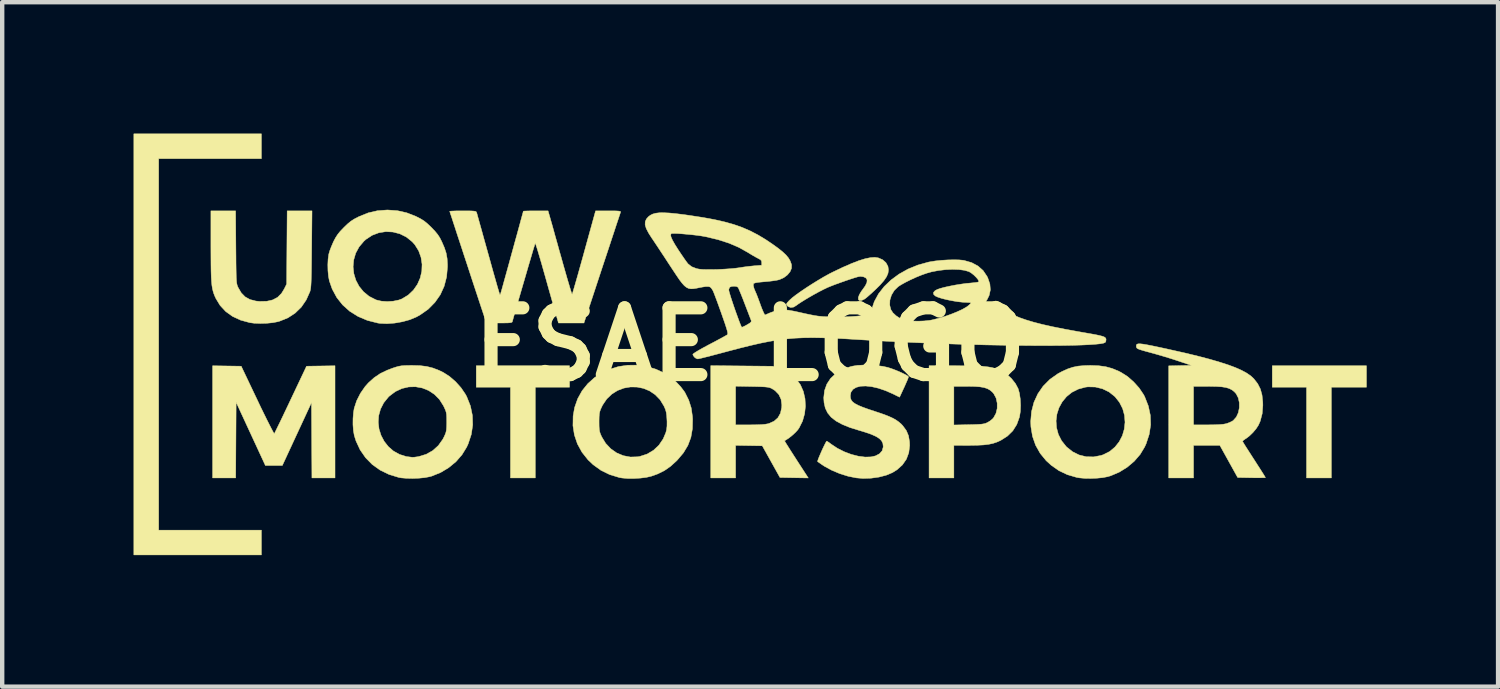
<source format=kicad_pcb>
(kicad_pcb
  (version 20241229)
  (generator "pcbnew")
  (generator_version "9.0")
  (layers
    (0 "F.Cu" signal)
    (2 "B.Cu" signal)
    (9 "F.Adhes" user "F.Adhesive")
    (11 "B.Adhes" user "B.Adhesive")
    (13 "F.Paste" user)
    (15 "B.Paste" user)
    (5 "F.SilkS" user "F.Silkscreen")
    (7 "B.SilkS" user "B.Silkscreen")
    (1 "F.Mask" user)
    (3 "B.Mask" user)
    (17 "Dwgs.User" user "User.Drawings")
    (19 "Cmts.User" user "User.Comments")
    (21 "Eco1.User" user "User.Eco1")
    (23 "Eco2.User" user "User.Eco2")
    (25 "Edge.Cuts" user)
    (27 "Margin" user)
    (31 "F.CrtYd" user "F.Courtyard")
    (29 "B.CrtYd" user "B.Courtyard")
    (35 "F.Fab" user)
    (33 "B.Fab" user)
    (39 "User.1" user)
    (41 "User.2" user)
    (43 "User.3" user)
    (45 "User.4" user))
  (footprint "FSAE LOGO"
    (layer "F.Cu")
    (at 14.073 4.811)
    (property "Reference" "FSAE LOGO" (at 0 0 0) (layer "F.SilkS") (effects (font (size 1.524 1.524) (thickness 0.3))))
    (attr through_hole)
    (fp_poly (pts (xy -11.156 -4.24) (xy -13.501 -4.24) (xy -13.501 4.24) (xy -11.156 4.24) (xy -11.156 4.806) (xy -14.068 4.806) (xy -14.068 -4.806) (xy -11.156 -4.806) (xy -11.156 -4.24)) (stroke (width 0.01) (type solid)) (fill yes) (layer "F.SilkS"))
    (fp_poly (pts (xy -4.123 0.977) (xy -4.904 0.977) (xy -4.904 3.048) (xy -5.471 3.048) (xy -5.471 0.977) (xy -6.252 0.977) (xy -6.252 0.488) (xy -4.123 0.488) (xy -4.123 0.977)) (stroke (width 0.01) (type solid)) (fill yes) (layer "F.SilkS"))
    (fp_poly (pts (xy 14.068 0.977) (xy 13.267 0.977) (xy 13.267 3.048) (xy 12.7 3.048) (xy 12.7 0.977) (xy 11.918 0.977) (xy 11.918 0.488) (xy 14.068 0.488) (xy 14.068 0.977)) (stroke (width 0.01) (type solid)) (fill yes) (layer "F.SilkS"))
    (fp_poly (pts (xy -9.476 3.048) (xy -10.003 3.048) (xy -10.013 1.329) (xy -10.346 2.047) (xy -10.679 2.765) (xy -11.065 2.765) (xy -11.733 1.321) (xy -11.738 2.185) (xy -11.743 3.048) (xy -12.27 3.048) (xy -12.27 0.488) (xy -11.617 0.498) (xy -11.247 1.275) (xy -11.17 1.437) (xy -11.097 1.586) (xy -11.031 1.72) (xy -10.973 1.835) (xy -10.926 1.927) (xy -10.89 1.994) (xy -10.868 2.031) (xy -10.862 2.037) (xy -10.851 2.017) (xy -10.825 1.965) (xy -10.786 1.885) (xy -10.735 1.781) (xy -10.675 1.656) (xy -10.608 1.515) (xy -10.534 1.36) (xy -10.487 1.26) (xy -10.126 0.498) (xy -9.801 0.493) (xy -9.476 0.488) (xy -9.476 3.048)) (stroke (width 0.01) (type solid)) (fill yes) (layer "F.SilkS"))
    (fp_poly (pts (xy -0.191 0.492) (xy 0.518 0.499) (xy 0.67 0.552) (xy 0.794 0.601) (xy 0.892 0.652) (xy 0.975 0.714) (xy 1.052 0.79) (xy 1.147 0.921) (xy 1.214 1.073) (xy 1.252 1.238) (xy 1.262 1.411) (xy 1.243 1.584) (xy 1.196 1.75) (xy 1.119 1.904) (xy 1.087 1.951) (xy 1.034 2.009) (xy 0.961 2.076) (xy 0.881 2.14) (xy 0.805 2.189) (xy 0.786 2.2) (xy 0.794 2.217) (xy 0.821 2.262) (xy 0.864 2.33) (xy 0.92 2.419) (xy 0.987 2.523) (xy 1.053 2.626) (xy 1.327 3.049) (xy 1.004 3.044) (xy 0.68 3.038) (xy 0.479 2.677) (xy 0.277 2.315) (xy -0.332 2.305) (xy -0.332 3.048) (xy -0.899 3.048) (xy -0.899 1.837) (xy -0.332 1.837) (xy -0.004 1.837) (xy 0.14 1.835) (xy 0.251 1.831) (xy 0.336 1.824) (xy 0.401 1.813) (xy 0.431 1.805) (xy 0.546 1.753) (xy 0.634 1.675) (xy 0.692 1.571) (xy 0.72 1.442) (xy 0.723 1.382) (xy 0.706 1.254) (xy 0.655 1.145) (xy 0.57 1.056) (xy 0.498 1.01) (xy 0.467 0.995) (xy 0.434 0.984) (xy 0.39 0.976) (xy 0.332 0.97) (xy 0.251 0.966) (xy 0.142 0.963) (xy 0.044 0.961) (xy -0.332 0.954) (xy -0.332 1.837) (xy -0.899 1.837) (xy -0.899 0.485) (xy -0.191 0.492)) (stroke (width 0.01) (type solid)) (fill yes) (layer "F.SilkS"))
    (fp_poly (pts (xy 4.903 0.489) (xy 5.075 0.491) (xy 5.217 0.496) (xy 5.334 0.503) (xy 5.432 0.514) (xy 5.515 0.528) (xy 5.588 0.547) (xy 5.655 0.571) (xy 5.722 0.6) (xy 5.733 0.605) (xy 5.853 0.679) (xy 5.964 0.779) (xy 6.056 0.895) (xy 6.117 1.01) (xy 6.147 1.117) (xy 6.166 1.248) (xy 6.173 1.39) (xy 6.168 1.528) (xy 6.149 1.649) (xy 6.146 1.662) (xy 6.085 1.83) (xy 5.995 1.973) (xy 5.873 2.093) (xy 5.719 2.191) (xy 5.717 2.192) (xy 5.632 2.23) (xy 5.543 2.26) (xy 5.443 2.281) (xy 5.327 2.295) (xy 5.186 2.302) (xy 5.014 2.305) (xy 4.997 2.305) (xy 4.65 2.306) (xy 4.65 3.048) (xy 4.084 3.048) (xy 4.084 0.957) (xy 4.65 0.957) (xy 4.65 1.84) (xy 4.987 1.833) (xy 5.114 1.83) (xy 5.209 1.826) (xy 5.28 1.821) (xy 5.332 1.813) (xy 5.374 1.802) (xy 5.412 1.786) (xy 5.414 1.785) (xy 5.48 1.745) (xy 5.54 1.694) (xy 5.556 1.675) (xy 5.611 1.575) (xy 5.639 1.46) (xy 5.639 1.341) (xy 5.614 1.226) (xy 5.562 1.128) (xy 5.531 1.091) (xy 5.477 1.045) (xy 5.415 1.01) (xy 5.34 0.985) (xy 5.246 0.969) (xy 5.125 0.96) (xy 4.973 0.957) (xy 4.949 0.957) (xy 4.65 0.957) (xy 4.084 0.957) (xy 4.084 0.488) (xy 4.697 0.488) (xy 4.903 0.489)) (stroke (width 0.01) (type solid)) (fill yes) (layer "F.SilkS"))
    (fp_poly (pts (xy -11.739 -2.223) (xy -11.737 -2.021) (xy -11.736 -1.855) (xy -11.734 -1.72) (xy -11.732 -1.613) (xy -11.73 -1.529) (xy -11.726 -1.465) (xy -11.722 -1.416) (xy -11.716 -1.38) (xy -11.709 -1.351) (xy -11.7 -1.326) (xy -11.689 -1.302) (xy -11.688 -1.299) (xy -11.616 -1.176) (xy -11.527 -1.085) (xy -11.417 -1.024) (xy -11.281 -0.989) (xy -11.193 -0.981) (xy -11.031 -0.985) (xy -10.897 -1.016) (xy -10.787 -1.074) (xy -10.698 -1.163) (xy -10.635 -1.266) (xy -10.58 -1.377) (xy -10.574 -2.213) (xy -10.568 -3.048) (xy -10.001 -3.048) (xy -10.009 -2.174) (xy -10.011 -1.961) (xy -10.013 -1.783) (xy -10.015 -1.637) (xy -10.018 -1.519) (xy -10.021 -1.426) (xy -10.025 -1.353) (xy -10.03 -1.298) (xy -10.036 -1.256) (xy -10.043 -1.224) (xy -10.048 -1.206) (xy -10.133 -1.015) (xy -10.246 -0.85) (xy -10.386 -0.714) (xy -10.551 -0.606) (xy -10.74 -0.53) (xy -10.777 -0.519) (xy -10.894 -0.496) (xy -11.034 -0.482) (xy -11.182 -0.478) (xy -11.32 -0.483) (xy -11.42 -0.496) (xy -11.632 -0.554) (xy -11.815 -0.639) (xy -11.971 -0.751) (xy -12.099 -0.889) (xy -12.192 -1.042) (xy -12.219 -1.099) (xy -12.241 -1.154) (xy -12.259 -1.211) (xy -12.274 -1.274) (xy -12.286 -1.347) (xy -12.294 -1.434) (xy -12.301 -1.54) (xy -12.305 -1.668) (xy -12.307 -1.822) (xy -12.308 -2.007) (xy -12.309 -2.227) (xy -12.309 -2.242) (xy -12.309 -3.048) (xy -11.745 -3.048) (xy -11.739 -2.223)) (stroke (width 0.01) (type solid)) (fill yes) (layer "F.SilkS"))
    (fp_poly (pts (xy 2.925 -1.975) (xy 3.024 -1.932) (xy 3.099 -1.866) (xy 3.144 -1.784) (xy 3.146 -1.777) (xy 3.157 -1.701) (xy 3.147 -1.624) (xy 3.113 -1.544) (xy 3.053 -1.456) (xy 2.965 -1.355) (xy 2.858 -1.25) (xy 2.782 -1.179) (xy 2.711 -1.116) (xy 2.652 -1.065) (xy 2.612 -1.035) (xy 2.608 -1.033) (xy 2.541 -1.001) (xy 2.495 -0.999) (xy 2.471 -1.023) (xy 2.469 -1.069) (xy 2.491 -1.132) (xy 2.536 -1.209) (xy 2.564 -1.246) (xy 2.63 -1.339) (xy 2.665 -1.414) (xy 2.669 -1.472) (xy 2.669 -1.476) (xy 2.64 -1.518) (xy 2.584 -1.544) (xy 2.514 -1.552) (xy 2.462 -1.544) (xy 2.384 -1.521) (xy 2.282 -1.488) (xy 2.164 -1.448) (xy 2.043 -1.405) (xy 1.927 -1.363) (xy 1.828 -1.324) (xy 1.755 -1.294) (xy 1.752 -1.292) (xy 1.669 -1.252) (xy 1.57 -1.201) (xy 1.462 -1.142) (xy 1.353 -1.08) (xy 1.251 -1.019) (xy 1.163 -0.964) (xy 1.096 -0.92) (xy 1.064 -0.896) (xy 0.995 -0.852) (xy 0.926 -0.842) (xy 0.867 -0.864) (xy 0.849 -0.88) (xy 0.831 -0.903) (xy 0.829 -0.923) (xy 0.845 -0.95) (xy 0.884 -0.993) (xy 0.9 -1.009) (xy 0.958 -1.062) (xy 1.045 -1.129) (xy 1.153 -1.206) (xy 1.277 -1.29) (xy 1.41 -1.376) (xy 1.546 -1.46) (xy 1.679 -1.539) (xy 1.803 -1.608) (xy 1.884 -1.649) (xy 2.112 -1.758) (xy 2.309 -1.844) (xy 2.479 -1.91) (xy 2.624 -1.955) (xy 2.746 -1.98) (xy 2.846 -1.987) (xy 2.925 -1.975)) (stroke (width 0.01) (type solid)) (fill yes) (layer "F.SilkS"))
    (fp_poly (pts (xy 7.953 0.487) (xy 8.115 0.509) (xy 8.264 0.55) (xy 8.413 0.612) (xy 8.469 0.641) (xy 8.614 0.733) (xy 8.753 0.855) (xy 8.878 0.994) (xy 8.978 1.142) (xy 9.005 1.192) (xy 9.089 1.406) (xy 9.135 1.621) (xy 9.142 1.837) (xy 9.109 2.053) (xy 9.038 2.269) (xy 9.005 2.341) (xy 8.902 2.512) (xy 8.767 2.668) (xy 8.606 2.804) (xy 8.425 2.916) (xy 8.23 2.999) (xy 8.157 3.02) (xy 8.05 3.041) (xy 7.919 3.054) (xy 7.778 3.06) (xy 7.64 3.058) (xy 7.518 3.047) (xy 7.457 3.037) (xy 7.239 2.973) (xy 7.046 2.881) (xy 6.871 2.758) (xy 6.756 2.653) (xy 6.621 2.488) (xy 6.516 2.302) (xy 6.445 2.099) (xy 6.409 1.881) (xy 6.404 1.758) (xy 6.405 1.746) (xy 6.983 1.746) (xy 6.994 1.901) (xy 7.035 2.054) (xy 7.109 2.2) (xy 7.217 2.335) (xy 7.223 2.341) (xy 7.358 2.449) (xy 7.509 2.524) (xy 7.671 2.564) (xy 7.84 2.568) (xy 8.011 2.535) (xy 8.061 2.518) (xy 8.206 2.445) (xy 8.327 2.344) (xy 8.424 2.222) (xy 8.496 2.084) (xy 8.54 1.934) (xy 8.557 1.778) (xy 8.545 1.62) (xy 8.503 1.467) (xy 8.43 1.323) (xy 8.326 1.192) (xy 8.324 1.191) (xy 8.193 1.086) (xy 8.042 1.013) (xy 7.879 0.973) (xy 7.71 0.969) (xy 7.654 0.976) (xy 7.489 1.021) (xy 7.344 1.094) (xy 7.221 1.193) (xy 7.123 1.312) (xy 7.049 1.447) (xy 7.002 1.593) (xy 6.983 1.746) (xy 6.405 1.746) (xy 6.423 1.533) (xy 6.478 1.322) (xy 6.567 1.128) (xy 6.688 0.953) (xy 6.841 0.799) (xy 7.023 0.67) (xy 7.122 0.617) (xy 7.248 0.56) (xy 7.366 0.521) (xy 7.487 0.496) (xy 7.625 0.484) (xy 7.767 0.48) (xy 7.953 0.487)) (stroke (width 0.01) (type solid)) (fill yes) (layer "F.SilkS"))
    (fp_poly (pts (xy -2.365 0.504) (xy -2.152 0.566) (xy -1.944 0.662) (xy -1.902 0.687) (xy -1.796 0.761) (xy -1.687 0.859) (xy -1.585 0.968) (xy -1.504 1.075) (xy -1.488 1.099) (xy -1.402 1.272) (xy -1.345 1.451) (xy -1.317 1.647) (xy -1.313 1.705) (xy -1.318 1.925) (xy -1.353 2.124) (xy -1.421 2.306) (xy -1.524 2.477) (xy -1.663 2.641) (xy -1.68 2.658) (xy -1.818 2.784) (xy -1.958 2.881) (xy -2.111 2.957) (xy -2.257 3.009) (xy -2.368 3.035) (xy -2.503 3.052) (xy -2.649 3.061) (xy -2.793 3.061) (xy -2.921 3.05) (xy -2.982 3.04) (xy -3.206 2.972) (xy -3.405 2.875) (xy -3.584 2.746) (xy -3.701 2.635) (xy -3.839 2.461) (xy -3.943 2.271) (xy -4.012 2.067) (xy -4.045 1.854) (xy -4.043 1.768) (xy -3.449 1.768) (xy -3.448 1.866) (xy -3.444 1.936) (xy -3.435 1.991) (xy -3.419 2.041) (xy -3.394 2.098) (xy -3.388 2.111) (xy -3.298 2.259) (xy -3.182 2.382) (xy -3.047 2.477) (xy -2.896 2.54) (xy -2.734 2.571) (xy -2.568 2.566) (xy -2.517 2.557) (xy -2.351 2.503) (xy -2.205 2.416) (xy -2.082 2.3) (xy -1.985 2.157) (xy -1.925 2.015) (xy -1.907 1.945) (xy -1.898 1.865) (xy -1.897 1.764) (xy -1.899 1.722) (xy -1.905 1.625) (xy -1.915 1.553) (xy -1.932 1.49) (xy -1.96 1.424) (xy -1.969 1.405) (xy -2.057 1.262) (xy -2.168 1.148) (xy -2.295 1.062) (xy -2.435 1.004) (xy -2.583 0.974) (xy -2.734 0.972) (xy -2.883 0.998) (xy -3.026 1.052) (xy -3.157 1.134) (xy -3.272 1.244) (xy -3.366 1.382) (xy -3.386 1.422) (xy -3.414 1.483) (xy -3.432 1.534) (xy -3.442 1.586) (xy -3.447 1.652) (xy -3.449 1.741) (xy -3.449 1.768) (xy -4.043 1.768) (xy -4.041 1.635) (xy -4.007 1.441) (xy -3.936 1.239) (xy -3.835 1.057) (xy -3.707 0.898) (xy -3.556 0.761) (xy -3.386 0.65) (xy -3.199 0.564) (xy -3 0.505) (xy -2.793 0.475) (xy -2.579 0.474) (xy -2.365 0.504)) (stroke (width 0.01) (type solid)) (fill yes) (layer "F.SilkS"))
    (fp_poly (pts (xy -8.051 -3.052) (xy -7.839 -3.004) (xy -7.629 -2.922) (xy -7.62 -2.917) (xy -7.524 -2.868) (xy -7.446 -2.82) (xy -7.374 -2.762) (xy -7.293 -2.686) (xy -7.276 -2.669) (xy -7.194 -2.583) (xy -7.132 -2.508) (xy -7.083 -2.432) (xy -7.039 -2.345) (xy -6.979 -2.207) (xy -6.939 -2.084) (xy -6.917 -1.961) (xy -6.909 -1.824) (xy -6.909 -1.768) (xy -6.929 -1.541) (xy -6.984 -1.329) (xy -7.073 -1.133) (xy -7.196 -0.958) (xy -7.349 -0.803) (xy -7.534 -0.673) (xy -7.623 -0.624) (xy -7.77 -0.563) (xy -7.938 -0.517) (xy -8.116 -0.486) (xy -8.291 -0.473) (xy -8.45 -0.48) (xy -8.503 -0.488) (xy -8.738 -0.548) (xy -8.951 -0.638) (xy -9.14 -0.756) (xy -9.302 -0.901) (xy -9.436 -1.07) (xy -9.54 -1.263) (xy -9.605 -1.448) (xy -9.625 -1.553) (xy -9.637 -1.681) (xy -9.639 -1.771) (xy -9.063 -1.771) (xy -9.046 -1.615) (xy -9 -1.464) (xy -8.926 -1.325) (xy -8.825 -1.201) (xy -8.698 -1.097) (xy -8.545 -1.019) (xy -8.532 -1.014) (xy -8.419 -0.987) (xy -8.286 -0.978) (xy -8.149 -0.986) (xy -8.022 -1.012) (xy -7.948 -1.039) (xy -7.805 -1.126) (xy -7.687 -1.238) (xy -7.595 -1.37) (xy -7.531 -1.516) (xy -7.495 -1.67) (xy -7.489 -1.829) (xy -7.513 -1.987) (xy -7.567 -2.137) (xy -7.654 -2.276) (xy -7.714 -2.343) (xy -7.847 -2.45) (xy -7.995 -2.524) (xy -8.153 -2.565) (xy -8.315 -2.574) (xy -8.476 -2.548) (xy -8.629 -2.49) (xy -8.769 -2.398) (xy -8.815 -2.357) (xy -8.926 -2.226) (xy -9.004 -2.082) (xy -9.049 -1.928) (xy -9.063 -1.771) (xy -9.639 -1.771) (xy -9.64 -1.817) (xy -9.634 -1.947) (xy -9.619 -2.056) (xy -9.615 -2.071) (xy -9.595 -2.139) (xy -9.562 -2.226) (xy -9.523 -2.317) (xy -9.511 -2.345) (xy -9.464 -2.434) (xy -9.415 -2.51) (xy -9.354 -2.585) (xy -9.273 -2.669) (xy -9.189 -2.75) (xy -9.116 -2.81) (xy -9.041 -2.859) (xy -8.949 -2.907) (xy -8.929 -2.917) (xy -8.719 -3.002) (xy -8.508 -3.051) (xy -8.285 -3.068) (xy -8.275 -3.068) (xy -8.051 -3.052)) (stroke (width 0.01) (type solid)) (fill yes) (layer "F.SilkS"))
    (fp_poly (pts (xy -7.537 0.485) (xy -7.382 0.504) (xy -7.239 0.54) (xy -7.098 0.595) (xy -7.005 0.64) (xy -6.863 0.731) (xy -6.725 0.85) (xy -6.601 0.988) (xy -6.501 1.135) (xy -6.47 1.192) (xy -6.385 1.405) (xy -6.34 1.622) (xy -6.333 1.839) (xy -6.365 2.055) (xy -6.436 2.269) (xy -6.47 2.344) (xy -6.578 2.52) (xy -6.716 2.678) (xy -6.881 2.814) (xy -7.066 2.925) (xy -7.266 3.006) (xy -7.317 3.02) (xy -7.426 3.041) (xy -7.558 3.054) (xy -7.701 3.06) (xy -7.84 3.057) (xy -7.963 3.047) (xy -8.02 3.037) (xy -8.245 2.968) (xy -8.448 2.869) (xy -8.627 2.741) (xy -8.779 2.586) (xy -8.903 2.407) (xy -8.997 2.205) (xy -9.036 2.081) (xy -9.056 1.969) (xy -9.066 1.834) (xy -9.066 1.78) (xy -8.489 1.78) (xy -8.471 1.932) (xy -8.425 2.077) (xy -8.354 2.212) (xy -8.259 2.333) (xy -8.143 2.434) (xy -8.005 2.511) (xy -7.85 2.56) (xy -7.715 2.577) (xy -7.667 2.575) (xy -7.599 2.566) (xy -7.561 2.559) (xy -7.393 2.508) (xy -7.244 2.424) (xy -7.117 2.309) (xy -7.016 2.167) (xy -6.989 2.115) (xy -6.961 2.054) (xy -6.943 2.003) (xy -6.933 1.951) (xy -6.928 1.886) (xy -6.926 1.796) (xy -6.926 1.767) (xy -6.927 1.671) (xy -6.93 1.603) (xy -6.939 1.549) (xy -6.955 1.5) (xy -6.981 1.442) (xy -7 1.402) (xy -7.092 1.257) (xy -7.206 1.141) (xy -7.339 1.053) (xy -7.484 0.995) (xy -7.638 0.967) (xy -7.794 0.971) (xy -7.949 1.007) (xy -8.097 1.076) (xy -8.234 1.179) (xy -8.256 1.2) (xy -8.364 1.333) (xy -8.437 1.476) (xy -8.479 1.627) (xy -8.489 1.78) (xy -9.066 1.78) (xy -9.065 1.691) (xy -9.054 1.554) (xy -9.038 1.458) (xy -8.982 1.287) (xy -8.896 1.117) (xy -8.788 0.961) (xy -8.714 0.878) (xy -8.584 0.761) (xy -8.444 0.666) (xy -8.284 0.589) (xy -8.166 0.544) (xy -8.087 0.518) (xy -8.022 0.5) (xy -7.96 0.489) (xy -7.89 0.483) (xy -7.799 0.481) (xy -7.718 0.48) (xy -7.537 0.485)) (stroke (width 0.01) (type solid)) (fill yes) (layer "F.SilkS"))
    (fp_poly (pts (xy 8.906 -0.013) (xy 8.97 -0.006) (xy 9.057 0.009) (xy 9.171 0.031) (xy 9.314 0.061) (xy 9.491 0.099) (xy 9.584 0.12) (xy 9.919 0.195) (xy 10.217 0.267) (xy 10.481 0.336) (xy 10.711 0.403) (xy 10.91 0.467) (xy 11.079 0.53) (xy 11.22 0.593) (xy 11.336 0.656) (xy 11.427 0.719) (xy 11.497 0.784) (xy 11.585 0.898) (xy 11.647 1.02) (xy 11.684 1.156) (xy 11.701 1.316) (xy 11.703 1.389) (xy 11.688 1.58) (xy 11.643 1.752) (xy 11.602 1.844) (xy 11.551 1.923) (xy 11.48 2.008) (xy 11.4 2.086) (xy 11.324 2.145) (xy 11.309 2.154) (xy 11.265 2.183) (xy 11.242 2.209) (xy 11.241 2.217) (xy 11.254 2.238) (xy 11.284 2.288) (xy 11.33 2.361) (xy 11.389 2.452) (xy 11.456 2.557) (xy 11.506 2.634) (xy 11.577 2.745) (xy 11.641 2.844) (xy 11.694 2.928) (xy 11.734 2.992) (xy 11.757 3.03) (xy 11.762 3.04) (xy 11.744 3.043) (xy 11.693 3.044) (xy 11.616 3.045) (xy 11.519 3.045) (xy 11.445 3.044) (xy 11.128 3.038) (xy 10.925 2.672) (xy 10.722 2.306) (xy 10.121 2.306) (xy 10.121 3.048) (xy 9.554 3.048) (xy 9.554 0.957) (xy 10.121 0.957) (xy 10.121 1.837) (xy 10.45 1.837) (xy 10.6 1.835) (xy 10.716 1.83) (xy 10.804 1.822) (xy 10.867 1.81) (xy 10.877 1.807) (xy 10.945 1.782) (xy 11.007 1.751) (xy 11.027 1.737) (xy 11.097 1.659) (xy 11.143 1.56) (xy 11.166 1.447) (xy 11.166 1.331) (xy 11.142 1.221) (xy 11.093 1.126) (xy 11.049 1.078) (xy 10.995 1.037) (xy 10.934 1.006) (xy 10.86 0.984) (xy 10.767 0.969) (xy 10.649 0.961) (xy 10.5 0.958) (xy 10.45 0.957) (xy 10.121 0.957) (xy 9.554 0.957) (xy 9.554 0.49) (xy 9.813 0.484) (xy 10.072 0.479) (xy 9.759 0.374) (xy 9.622 0.329) (xy 9.465 0.281) (xy 9.306 0.234) (xy 9.162 0.194) (xy 9.134 0.186) (xy 9.019 0.155) (xy 8.936 0.131) (xy 8.88 0.113) (xy 8.845 0.097) (xy 8.826 0.082) (xy 8.818 0.066) (xy 8.815 0.052) (xy 8.814 0.027) (xy 8.819 0.007) (xy 8.834 -0.006) (xy 8.862 -0.013) (xy 8.906 -0.013)) (stroke (width 0.01) (type solid)) (fill yes) (layer "F.SilkS"))
    (fp_poly (pts (xy 2.736 0.473) (xy 2.888 0.483) (xy 3.029 0.501) (xy 3.146 0.527) (xy 3.229 0.554) (xy 3.319 0.588) (xy 3.408 0.625) (xy 3.49 0.663) (xy 3.557 0.697) (xy 3.601 0.725) (xy 3.615 0.742) (xy 3.607 0.767) (xy 3.586 0.82) (xy 3.554 0.893) (xy 3.516 0.979) (xy 3.513 0.984) (xy 3.411 1.205) (xy 3.264 1.132) (xy 3.091 1.056) (xy 2.927 1) (xy 2.775 0.965) (xy 2.638 0.95) (xy 2.519 0.955) (xy 2.421 0.981) (xy 2.347 1.026) (xy 2.301 1.091) (xy 2.286 1.172) (xy 2.291 1.225) (xy 2.307 1.271) (xy 2.339 1.312) (xy 2.391 1.351) (xy 2.466 1.391) (xy 2.568 1.433) (xy 2.701 1.481) (xy 2.834 1.525) (xy 2.999 1.58) (xy 3.131 1.629) (xy 3.237 1.675) (xy 3.321 1.72) (xy 3.391 1.769) (xy 3.452 1.822) (xy 3.485 1.858) (xy 3.565 1.967) (xy 3.615 2.086) (xy 3.638 2.225) (xy 3.641 2.309) (xy 3.621 2.472) (xy 3.566 2.62) (xy 3.476 2.75) (xy 3.353 2.861) (xy 3.247 2.927) (xy 3.106 2.986) (xy 2.94 3.029) (xy 2.76 3.054) (xy 2.576 3.06) (xy 2.423 3.047) (xy 2.238 3.01) (xy 2.046 2.95) (xy 1.861 2.872) (xy 1.695 2.782) (xy 1.642 2.747) (xy 1.591 2.711) (xy 1.552 2.684) (xy 1.539 2.675) (xy 1.542 2.656) (xy 1.558 2.609) (xy 1.585 2.543) (xy 1.618 2.467) (xy 1.653 2.388) (xy 1.688 2.315) (xy 1.718 2.255) (xy 1.74 2.217) (xy 1.748 2.208) (xy 1.768 2.219) (xy 1.809 2.247) (xy 1.85 2.278) (xy 1.992 2.372) (xy 2.147 2.45) (xy 2.309 2.511) (xy 2.47 2.552) (xy 2.623 2.572) (xy 2.76 2.568) (xy 2.861 2.545) (xy 2.954 2.496) (xy 3.013 2.429) (xy 3.037 2.344) (xy 3.037 2.325) (xy 3.029 2.259) (xy 3 2.201) (xy 2.949 2.149) (xy 2.871 2.1) (xy 2.764 2.052) (xy 2.624 2.004) (xy 2.491 1.964) (xy 2.278 1.898) (xy 2.102 1.826) (xy 1.96 1.749) (xy 1.849 1.662) (xy 1.769 1.565) (xy 1.715 1.454) (xy 1.687 1.329) (xy 1.68 1.218) (xy 1.698 1.054) (xy 1.751 0.906) (xy 1.836 0.777) (xy 1.954 0.666) (xy 2.102 0.578) (xy 2.279 0.512) (xy 2.336 0.497) (xy 2.448 0.479) (xy 2.585 0.472) (xy 2.736 0.473)) (stroke (width 0.01) (type solid)) (fill yes) (layer "F.SilkS"))
    (fp_poly (pts (xy -4.586 -2.955) (xy -4.575 -2.917) (xy -4.555 -2.846) (xy -4.526 -2.746) (xy -4.491 -2.621) (xy -4.451 -2.475) (xy -4.405 -2.313) (xy -4.357 -2.139) (xy -4.317 -1.999) (xy -4.268 -1.823) (xy -4.221 -1.659) (xy -4.179 -1.512) (xy -4.141 -1.384) (xy -4.11 -1.279) (xy -4.086 -1.202) (xy -4.07 -1.156) (xy -4.064 -1.143) (xy -4.057 -1.163) (xy -4.04 -1.217) (xy -4.015 -1.301) (xy -3.983 -1.412) (xy -3.944 -1.547) (xy -3.901 -1.701) (xy -3.853 -1.872) (xy -3.802 -2.055) (xy -3.79 -2.099) (xy -3.528 -3.048) (xy -3.237 -3.048) (xy -3.124 -3.048) (xy -3.045 -3.046) (xy -2.995 -3.042) (xy -2.967 -3.037) (xy -2.957 -3.028) (xy -2.958 -3.018) (xy -2.966 -2.994) (xy -2.985 -2.937) (xy -3.014 -2.849) (xy -3.053 -2.733) (xy -3.099 -2.592) (xy -3.153 -2.43) (xy -3.212 -2.25) (xy -3.277 -2.054) (xy -3.346 -1.847) (xy -3.382 -1.738) (xy -3.794 -0.488) (xy -4.375 -0.488) (xy -4.411 -0.611) (xy -4.424 -0.656) (xy -4.447 -0.734) (xy -4.477 -0.84) (xy -4.514 -0.97) (xy -4.556 -1.119) (xy -4.602 -1.281) (xy -4.65 -1.453) (xy -4.671 -1.528) (xy -4.719 -1.696) (xy -4.763 -1.852) (xy -4.804 -1.991) (xy -4.839 -2.109) (xy -4.868 -2.204) (xy -4.89 -2.27) (xy -4.903 -2.305) (xy -4.906 -2.309) (xy -4.913 -2.289) (xy -4.929 -2.236) (xy -4.954 -2.155) (xy -4.985 -2.049) (xy -5.022 -1.923) (xy -5.064 -1.782) (xy -5.108 -1.63) (xy -5.154 -1.472) (xy -5.201 -1.312) (xy -5.247 -1.154) (xy -5.291 -1.003) (xy -5.331 -0.863) (xy -5.366 -0.74) (xy -5.396 -0.636) (xy -5.418 -0.557) (xy -5.427 -0.523) (xy -5.434 -0.509) (xy -5.451 -0.5) (xy -5.484 -0.494) (xy -5.538 -0.49) (xy -5.62 -0.489) (xy -5.728 -0.488) (xy -5.85 -0.489) (xy -5.936 -0.493) (xy -5.992 -0.498) (xy -6.021 -0.506) (xy -6.028 -0.513) (xy -6.039 -0.545) (xy -6.06 -0.61) (xy -6.091 -0.703) (xy -6.13 -0.82) (xy -6.176 -0.959) (xy -6.227 -1.114) (xy -6.283 -1.283) (xy -6.342 -1.462) (xy -6.403 -1.648) (xy -6.464 -1.835) (xy -6.526 -2.022) (xy -6.585 -2.203) (xy -6.642 -2.376) (xy -6.695 -2.537) (xy -6.742 -2.682) (xy -6.783 -2.807) (xy -6.816 -2.909) (xy -6.841 -2.983) (xy -6.855 -3.027) (xy -6.858 -3.038) (xy -6.84 -3.041) (xy -6.789 -3.044) (xy -6.712 -3.047) (xy -6.616 -3.048) (xy -6.556 -3.048) (xy -6.441 -3.048) (xy -6.359 -3.046) (xy -6.304 -3.042) (xy -6.27 -3.037) (xy -6.253 -3.027) (xy -6.245 -3.014) (xy -6.245 -3.014) (xy -6.237 -2.989) (xy -6.221 -2.93) (xy -6.196 -2.84) (xy -6.164 -2.725) (xy -6.125 -2.587) (xy -6.082 -2.431) (xy -6.034 -2.259) (xy -5.983 -2.077) (xy -5.979 -2.063) (xy -5.928 -1.88) (xy -5.881 -1.71) (xy -5.837 -1.555) (xy -5.798 -1.418) (xy -5.766 -1.305) (xy -5.74 -1.218) (xy -5.723 -1.161) (xy -5.715 -1.137) (xy -5.715 -1.137) (xy -5.702 -1.143) (xy -5.697 -1.155) (xy -5.69 -1.18) (xy -5.673 -1.237) (xy -5.649 -1.323) (xy -5.619 -1.433) (xy -5.583 -1.562) (xy -5.543 -1.706) (xy -5.5 -1.861) (xy -5.456 -2.023) (xy -5.411 -2.186) (xy -5.367 -2.347) (xy -5.324 -2.501) (xy -5.285 -2.644) (xy -5.25 -2.772) (xy -5.221 -2.88) (xy -5.198 -2.963) (xy -5.183 -3.018) (xy -5.178 -3.04) (xy -5.178 -3.04) (xy -5.159 -3.043) (xy -5.109 -3.045) (xy -5.033 -3.047) (xy -4.938 -3.048) (xy -4.895 -3.048) (xy -4.613 -3.048) (xy -4.586 -2.955)) (stroke (width 0.01) (type solid)) (fill yes) (layer "F.SilkS"))
    (fp_poly (pts (xy -1.845 -2.999) (xy -1.69 -2.984) (xy -1.504 -2.961) (xy -1.365 -2.941) (xy -1.072 -2.896) (xy -0.812 -2.848) (xy -0.58 -2.795) (xy -0.37 -2.736) (xy -0.177 -2.668) (xy 0.004 -2.589) (xy 0.179 -2.498) (xy 0.354 -2.393) (xy 0.501 -2.294) (xy 0.636 -2.197) (xy 0.74 -2.114) (xy 0.818 -2.041) (xy 0.875 -1.972) (xy 0.915 -1.903) (xy 0.941 -1.83) (xy 0.945 -1.812) (xy 0.944 -1.737) (xy 0.911 -1.659) (xy 0.851 -1.586) (xy 0.769 -1.524) (xy 0.672 -1.48) (xy 0.659 -1.476) (xy 0.597 -1.462) (xy 0.509 -1.449) (xy 0.408 -1.437) (xy 0.325 -1.43) (xy 0.208 -1.419) (xy 0.127 -1.407) (xy 0.084 -1.393) (xy 0.078 -1.388) (xy 0.072 -1.345) (xy 0.089 -1.277) (xy 0.121 -1.2) (xy 0.139 -1.16) (xy 0.166 -1.092) (xy 0.198 -1.006) (xy 0.233 -0.911) (xy 0.235 -0.903) (xy 0.269 -0.814) (xy 0.3 -0.741) (xy 0.324 -0.692) (xy 0.34 -0.672) (xy 0.341 -0.672) (xy 0.466 -0.726) (xy 0.573 -0.762) (xy 0.672 -0.783) (xy 0.772 -0.789) (xy 0.882 -0.78) (xy 1.013 -0.756) (xy 1.143 -0.727) (xy 1.255 -0.702) (xy 1.369 -0.678) (xy 1.473 -0.658) (xy 1.55 -0.646) (xy 1.665 -0.635) (xy 1.807 -0.629) (xy 1.967 -0.626) (xy 2.133 -0.628) (xy 2.294 -0.635) (xy 2.44 -0.645) (xy 2.53 -0.655) (xy 2.616 -0.666) (xy 2.687 -0.676) (xy 2.733 -0.682) (xy 2.747 -0.684) (xy 2.752 -0.701) (xy 2.762 -0.746) (xy 2.773 -0.792) (xy 2.806 -0.894) (xy 3.186 -0.894) (xy 3.212 -0.794) (xy 3.258 -0.722) (xy 3.332 -0.653) (xy 3.421 -0.595) (xy 3.503 -0.561) (xy 3.594 -0.543) (xy 3.71 -0.533) (xy 3.84 -0.53) (xy 3.972 -0.535) (xy 4.094 -0.548) (xy 4.146 -0.557) (xy 4.289 -0.592) (xy 4.438 -0.636) (xy 4.585 -0.688) (xy 4.722 -0.743) (xy 4.842 -0.798) (xy 4.937 -0.852) (xy 4.987 -0.889) (xy 5.022 -0.922) (xy 5.04 -0.945) (xy 5.041 -0.947) (xy 5.023 -0.953) (xy 4.979 -0.957) (xy 4.948 -0.958) (xy 4.847 -0.963) (xy 4.729 -0.976) (xy 4.605 -0.997) (xy 4.483 -1.022) (xy 4.372 -1.05) (xy 4.283 -1.079) (xy 4.225 -1.106) (xy 4.186 -1.145) (xy 4.185 -1.186) (xy 4.221 -1.226) (xy 4.27 -1.253) (xy 4.338 -1.277) (xy 4.435 -1.303) (xy 4.553 -1.329) (xy 4.681 -1.354) (xy 4.812 -1.375) (xy 4.934 -1.392) (xy 5.015 -1.399) (xy 5.096 -1.407) (xy 5.163 -1.415) (xy 5.207 -1.423) (xy 5.215 -1.426) (xy 5.219 -1.447) (xy 5.199 -1.484) (xy 5.16 -1.53) (xy 5.11 -1.58) (xy 5.055 -1.624) (xy 5.002 -1.657) (xy 4.992 -1.662) (xy 4.894 -1.691) (xy 4.767 -1.708) (xy 4.62 -1.713) (xy 4.462 -1.706) (xy 4.3 -1.687) (xy 4.143 -1.657) (xy 4.035 -1.627) (xy 3.921 -1.587) (xy 3.794 -1.536) (xy 3.665 -1.477) (xy 3.545 -1.417) (xy 3.443 -1.36) (xy 3.38 -1.319) (xy 3.29 -1.232) (xy 3.226 -1.126) (xy 3.19 -1.011) (xy 3.186 -0.894) (xy 2.806 -0.894) (xy 2.834 -0.977) (xy 2.93 -1.154) (xy 3.059 -1.32) (xy 3.216 -1.47) (xy 3.398 -1.604) (xy 3.603 -1.719) (xy 3.826 -1.81) (xy 4.065 -1.877) (xy 4.111 -1.886) (xy 4.23 -1.905) (xy 4.366 -1.919) (xy 4.507 -1.928) (xy 4.644 -1.931) (xy 4.766 -1.929) (xy 4.863 -1.92) (xy 4.884 -1.916) (xy 5.057 -1.866) (xy 5.201 -1.789) (xy 5.318 -1.685) (xy 5.407 -1.553) (xy 5.424 -1.519) (xy 5.472 -1.378) (xy 5.483 -1.245) (xy 5.456 -1.119) (xy 5.412 -1.028) (xy 5.363 -0.955) (xy 5.3 -0.872) (xy 5.237 -0.797) (xy 5.237 -0.797) (xy 5.185 -0.738) (xy 5.161 -0.704) (xy 5.166 -0.692) (xy 5.202 -0.7) (xy 5.267 -0.724) (xy 5.301 -0.746) (xy 5.347 -0.79) (xy 5.392 -0.839) (xy 5.469 -0.92) (xy 5.54 -0.971) (xy 5.601 -0.99) (xy 5.626 -0.987) (xy 5.655 -0.968) (xy 5.7 -0.926) (xy 5.753 -0.871) (xy 5.763 -0.859) (xy 5.831 -0.788) (xy 5.9 -0.734) (xy 5.987 -0.684) (xy 6.024 -0.665) (xy 6.149 -0.611) (xy 6.298 -0.559) (xy 6.471 -0.507) (xy 6.673 -0.455) (xy 6.905 -0.403) (xy 7.17 -0.35) (xy 7.471 -0.295) (xy 7.595 -0.273) (xy 7.751 -0.246) (xy 7.873 -0.224) (xy 7.965 -0.205) (xy 8.031 -0.188) (xy 8.076 -0.173) (xy 8.103 -0.156) (xy 8.118 -0.138) (xy 8.124 -0.117) (xy 8.124 -0.115) (xy 8.119 -0.069) (xy 8.104 -0.044) (xy 8.065 -0.028) (xy 7.989 -0.014) (xy 7.879 -0.003) (xy 7.736 0.007) (xy 7.564 0.015) (xy 7.364 0.021) (xy 7.139 0.025) (xy 6.891 0.027) (xy 6.622 0.028) (xy 6.335 0.026) (xy 6.032 0.023) (xy 5.716 0.018) (xy 5.388 0.012) (xy 5.051 0.003) (xy 4.707 -0.006) (xy 4.358 -0.018) (xy 4.008 -0.031) (xy 3.657 -0.046) (xy 3.309 -0.062) (xy 2.966 -0.08) (xy 2.63 -0.1) (xy 2.492 -0.108) (xy 2.182 -0.127) (xy 1.905 -0.141) (xy 1.656 -0.15) (xy 1.43 -0.154) (xy 1.22 -0.151) (xy 1.023 -0.142) (xy 0.831 -0.125) (xy 0.64 -0.101) (xy 0.444 -0.069) (xy 0.237 -0.028) (xy 0.015 0.023) (xy -0.228 0.083) (xy -0.498 0.154) (xy -0.655 0.196) (xy -0.791 0.232) (xy -0.916 0.265) (xy -1.024 0.292) (xy -1.111 0.314) (xy -1.17 0.327) (xy -1.196 0.332) (xy -1.235 0.319) (xy -1.27 0.293) (xy -1.299 0.255) (xy -1.309 0.227) (xy -1.292 0.21) (xy -1.245 0.178) (xy -1.172 0.134) (xy -1.078 0.081) (xy -0.967 0.021) (xy -0.933 0.003) (xy -0.82 -0.056) (xy -0.718 -0.111) (xy -0.632 -0.157) (xy -0.568 -0.193) (xy -0.53 -0.215) (xy -0.525 -0.219) (xy -0.516 -0.229) (xy -0.512 -0.247) (xy -0.515 -0.275) (xy -0.525 -0.318) (xy -0.544 -0.381) (xy -0.572 -0.468) (xy -0.612 -0.583) (xy -0.657 -0.712) (xy -0.704 -0.843) (xy -0.748 -0.965) (xy -0.788 -1.071) (xy -0.82 -1.156) (xy -0.844 -1.215) (xy -0.855 -1.238) (xy -0.86 -1.244) (xy -0.488 -1.244) (xy -0.482 -1.212) (xy -0.465 -1.152) (xy -0.44 -1.07) (xy -0.408 -0.973) (xy -0.372 -0.866) (xy -0.334 -0.757) (xy -0.296 -0.652) (xy -0.261 -0.556) (xy -0.231 -0.477) (xy -0.207 -0.42) (xy -0.193 -0.393) (xy -0.19 -0.391) (xy -0.164 -0.4) (xy -0.116 -0.423) (xy -0.067 -0.45) (xy -0.009 -0.485) (xy 0.019 -0.51) (xy 0.026 -0.533) (xy 0.021 -0.553) (xy 0.009 -0.584) (xy -0.015 -0.646) (xy -0.047 -0.73) (xy -0.086 -0.831) (xy -0.127 -0.938) (xy -0.169 -1.047) (xy -0.208 -1.145) (xy -0.241 -1.224) (xy -0.265 -1.28) (xy -0.278 -1.304) (xy -0.312 -1.322) (xy -0.367 -1.328) (xy -0.423 -1.323) (xy -0.463 -1.307) (xy -0.465 -1.305) (xy -0.485 -1.266) (xy -0.488 -1.244) (xy -0.86 -1.244) (xy -0.884 -1.281) (xy -0.913 -1.309) (xy -0.952 -1.321) (xy -1.008 -1.321) (xy -1.088 -1.309) (xy -1.156 -1.296) (xy -1.234 -1.28) (xy -1.3 -1.27) (xy -1.356 -1.269) (xy -1.406 -1.278) (xy -1.453 -1.301) (xy -1.502 -1.34) (xy -1.555 -1.399) (xy -1.616 -1.479) (xy -1.688 -1.585) (xy -1.776 -1.718) (xy -1.863 -1.85) (xy -1.943 -1.973) (xy -2.025 -2.097) (xy -2.102 -2.214) (xy -2.17 -2.316) (xy -2.224 -2.397) (xy -2.241 -2.421) (xy -2.293 -2.502) (xy -1.815 -2.502) (xy -1.806 -2.453) (xy -1.774 -2.38) (xy -1.718 -2.281) (xy -1.638 -2.154) (xy -1.628 -2.139) (xy -1.567 -2.048) (xy -1.51 -1.965) (xy -1.462 -1.897) (xy -1.428 -1.852) (xy -1.419 -1.84) (xy -1.335 -1.773) (xy -1.223 -1.73) (xy -1.163 -1.718) (xy -1.09 -1.711) (xy -0.987 -1.708) (xy -0.863 -1.708) (xy -0.727 -1.711) (xy -0.589 -1.718) (xy -0.456 -1.727) (xy -0.339 -1.738) (xy -0.254 -1.749) (xy -0.147 -1.766) (xy -0.029 -1.781) (xy 0.077 -1.792) (xy 0.098 -1.794) (xy 0.264 -1.807) (xy 0.264 -1.866) (xy 0.258 -1.907) (xy 0.233 -1.935) (xy 0.186 -1.961) (xy 0.133 -1.989) (xy 0.061 -2.03) (xy -0.019 -2.078) (xy -0.047 -2.096) (xy -0.254 -2.212) (xy -0.479 -2.309) (xy -0.729 -2.39) (xy -1.009 -2.457) (xy -1.026 -2.46) (xy -1.109 -2.475) (xy -1.209 -2.489) (xy -1.321 -2.502) (xy -1.435 -2.513) (xy -1.546 -2.523) (xy -1.645 -2.53) (xy -1.725 -2.533) (xy -1.78 -2.532) (xy -1.801 -2.528) (xy -1.815 -2.502) (xy -2.293 -2.502) (xy -2.32 -2.545) (xy -2.372 -2.646) (xy -2.397 -2.73) (xy -2.395 -2.8) (xy -2.369 -2.861) (xy -2.325 -2.912) (xy -2.278 -2.948) (xy -2.224 -2.975) (xy -2.157 -2.994) (xy -2.074 -3.004) (xy -1.972 -3.005) (xy -1.845 -2.999)) (stroke (width 0.01) (type solid)) (fill yes) (layer "F.SilkS")))
  (gr_rect
    (start -3 -3)
    (end 31.145 12.623)
    (stroke (width 0.1) (type default))
    (fill no)
    (layer "Edge.Cuts")))
</source>
